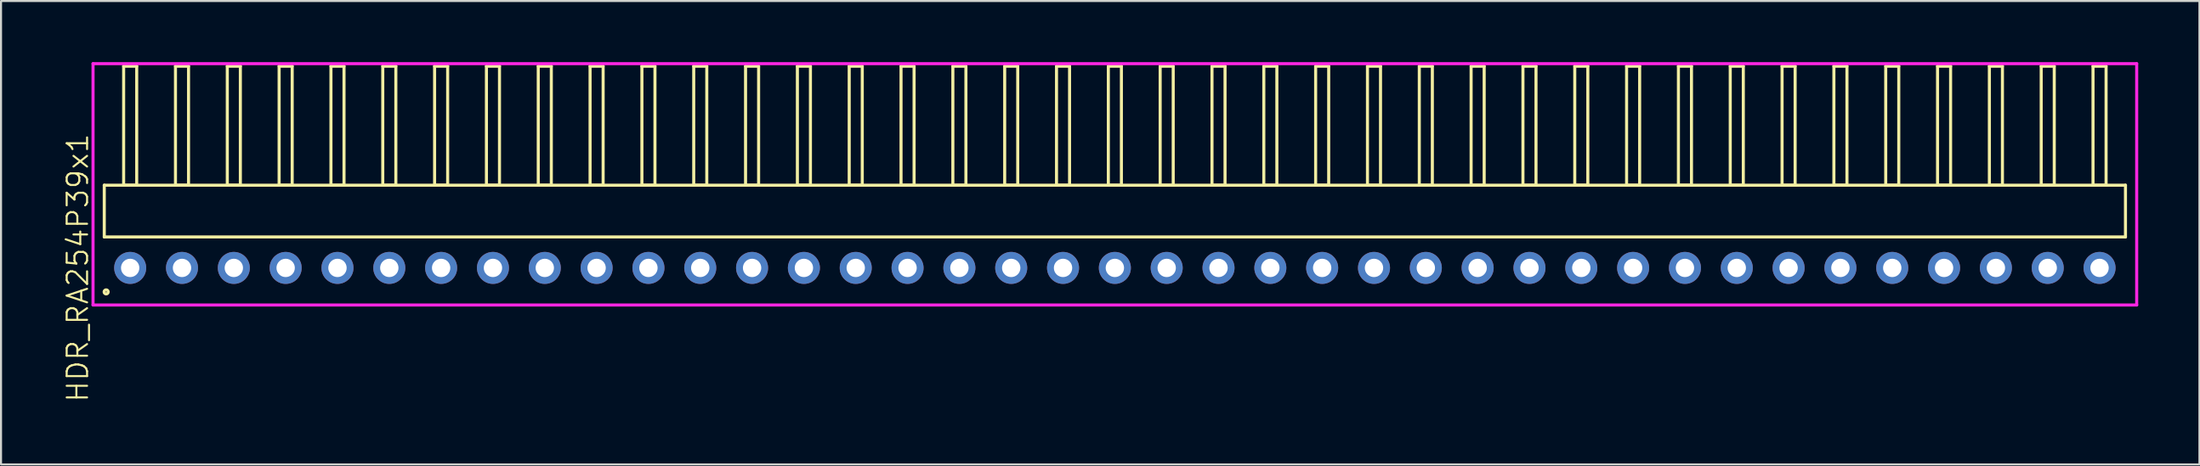
<source format=kicad_pcb>
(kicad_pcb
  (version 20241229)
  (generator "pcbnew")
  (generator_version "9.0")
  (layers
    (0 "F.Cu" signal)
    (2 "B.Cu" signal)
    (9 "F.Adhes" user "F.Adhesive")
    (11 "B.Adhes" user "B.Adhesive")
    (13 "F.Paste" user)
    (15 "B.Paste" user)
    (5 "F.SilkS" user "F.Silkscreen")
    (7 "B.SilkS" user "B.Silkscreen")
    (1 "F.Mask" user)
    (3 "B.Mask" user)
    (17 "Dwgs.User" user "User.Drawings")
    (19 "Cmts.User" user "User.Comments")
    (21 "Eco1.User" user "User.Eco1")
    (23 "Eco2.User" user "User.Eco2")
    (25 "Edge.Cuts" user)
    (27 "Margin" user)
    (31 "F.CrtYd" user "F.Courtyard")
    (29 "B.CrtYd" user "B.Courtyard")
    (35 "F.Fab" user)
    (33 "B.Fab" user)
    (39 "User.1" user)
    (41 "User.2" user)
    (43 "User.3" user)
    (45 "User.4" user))
  (footprint "HDR_RA254P39x1"
    (layer "F.Cu")
    (at 51.59 10.1)
    (property "Reference" "HDR_RA254P39x1" (at -50.83 0 90) (layer "F.SilkS") (effects (font (size 1 1) (thickness 0.1))))
    (attr through_hole)
    (fp_line (start -49.53 -4.06) (end -49.53 -1.52) (stroke (width 0.15) (type solid)) (layer "F.SilkS"))
    (fp_line (start -49.53 -1.52) (end 49.53 -1.52) (stroke (width 0.15) (type solid)) (layer "F.SilkS"))
    (fp_line (start -48.58 -9.9) (end -48.58 -4.06) (stroke (width 0.15) (type solid)) (layer "F.SilkS"))
    (fp_line (start -48.58 -4.06) (end -47.94 -4.06) (stroke (width 0.15) (type solid)) (layer "F.SilkS"))
    (fp_line (start -47.94 -9.9) (end -48.58 -9.9) (stroke (width 0.15) (type solid)) (layer "F.SilkS"))
    (fp_line (start -47.94 -4.06) (end -47.94 -9.9) (stroke (width 0.15) (type solid)) (layer "F.SilkS"))
    (fp_line (start -46.04 -9.9) (end -46.04 -4.06) (stroke (width 0.15) (type solid)) (layer "F.SilkS"))
    (fp_line (start -46.04 -4.06) (end -45.4 -4.06) (stroke (width 0.15) (type solid)) (layer "F.SilkS"))
    (fp_line (start -45.4 -9.9) (end -46.04 -9.9) (stroke (width 0.15) (type solid)) (layer "F.SilkS"))
    (fp_line (start -45.4 -4.06) (end -45.4 -9.9) (stroke (width 0.15) (type solid)) (layer "F.SilkS"))
    (fp_line (start -43.5 -9.9) (end -43.5 -4.06) (stroke (width 0.15) (type solid)) (layer "F.SilkS"))
    (fp_line (start -43.5 -4.06) (end -42.86 -4.06) (stroke (width 0.15) (type solid)) (layer "F.SilkS"))
    (fp_line (start -42.86 -9.9) (end -43.5 -9.9) (stroke (width 0.15) (type solid)) (layer "F.SilkS"))
    (fp_line (start -42.86 -4.06) (end -42.86 -9.9) (stroke (width 0.15) (type solid)) (layer "F.SilkS"))
    (fp_line (start -40.96 -9.9) (end -40.96 -4.06) (stroke (width 0.15) (type solid)) (layer "F.SilkS"))
    (fp_line (start -40.96 -4.06) (end -40.32 -4.06) (stroke (width 0.15) (type solid)) (layer "F.SilkS"))
    (fp_line (start -40.32 -9.9) (end -40.96 -9.9) (stroke (width 0.15) (type solid)) (layer "F.SilkS"))
    (fp_line (start -40.32 -4.06) (end -40.32 -9.9) (stroke (width 0.15) (type solid)) (layer "F.SilkS"))
    (fp_line (start -38.42 -9.9) (end -38.42 -4.06) (stroke (width 0.15) (type solid)) (layer "F.SilkS"))
    (fp_line (start -38.42 -4.06) (end -37.78 -4.06) (stroke (width 0.15) (type solid)) (layer "F.SilkS"))
    (fp_line (start -37.78 -9.9) (end -38.42 -9.9) (stroke (width 0.15) (type solid)) (layer "F.SilkS"))
    (fp_line (start -37.78 -4.06) (end -37.78 -9.9) (stroke (width 0.15) (type solid)) (layer "F.SilkS"))
    (fp_line (start -35.88 -9.9) (end -35.88 -4.06) (stroke (width 0.15) (type solid)) (layer "F.SilkS"))
    (fp_line (start -35.88 -4.06) (end -35.24 -4.06) (stroke (width 0.15) (type solid)) (layer "F.SilkS"))
    (fp_line (start -35.24 -9.9) (end -35.88 -9.9) (stroke (width 0.15) (type solid)) (layer "F.SilkS"))
    (fp_line (start -35.24 -4.06) (end -35.24 -9.9) (stroke (width 0.15) (type solid)) (layer "F.SilkS"))
    (fp_line (start -33.34 -9.9) (end -33.34 -4.06) (stroke (width 0.15) (type solid)) (layer "F.SilkS"))
    (fp_line (start -33.34 -4.06) (end -32.7 -4.06) (stroke (width 0.15) (type solid)) (layer "F.SilkS"))
    (fp_line (start -32.7 -9.9) (end -33.34 -9.9) (stroke (width 0.15) (type solid)) (layer "F.SilkS"))
    (fp_line (start -32.7 -4.06) (end -32.7 -9.9) (stroke (width 0.15) (type solid)) (layer "F.SilkS"))
    (fp_line (start -30.8 -9.9) (end -30.8 -4.06) (stroke (width 0.15) (type solid)) (layer "F.SilkS"))
    (fp_line (start -30.8 -4.06) (end -30.16 -4.06) (stroke (width 0.15) (type solid)) (layer "F.SilkS"))
    (fp_line (start -30.16 -9.9) (end -30.8 -9.9) (stroke (width 0.15) (type solid)) (layer "F.SilkS"))
    (fp_line (start -30.16 -4.06) (end -30.16 -9.9) (stroke (width 0.15) (type solid)) (layer "F.SilkS"))
    (fp_line (start -28.26 -9.9) (end -28.26 -4.06) (stroke (width 0.15) (type solid)) (layer "F.SilkS"))
    (fp_line (start -28.26 -4.06) (end -27.62 -4.06) (stroke (width 0.15) (type solid)) (layer "F.SilkS"))
    (fp_line (start -27.62 -9.9) (end -28.26 -9.9) (stroke (width 0.15) (type solid)) (layer "F.SilkS"))
    (fp_line (start -27.62 -4.06) (end -27.62 -9.9) (stroke (width 0.15) (type solid)) (layer "F.SilkS"))
    (fp_line (start -25.72 -9.9) (end -25.72 -4.06) (stroke (width 0.15) (type solid)) (layer "F.SilkS"))
    (fp_line (start -25.72 -4.06) (end -25.08 -4.06) (stroke (width 0.15) (type solid)) (layer "F.SilkS"))
    (fp_line (start -25.08 -9.9) (end -25.72 -9.9) (stroke (width 0.15) (type solid)) (layer "F.SilkS"))
    (fp_line (start -25.08 -4.06) (end -25.08 -9.9) (stroke (width 0.15) (type solid)) (layer "F.SilkS"))
    (fp_line (start -23.18 -9.9) (end -23.18 -4.06) (stroke (width 0.15) (type solid)) (layer "F.SilkS"))
    (fp_line (start -23.18 -4.06) (end -22.54 -4.06) (stroke (width 0.15) (type solid)) (layer "F.SilkS"))
    (fp_line (start -22.54 -9.9) (end -23.18 -9.9) (stroke (width 0.15) (type solid)) (layer "F.SilkS"))
    (fp_line (start -22.54 -4.06) (end -22.54 -9.9) (stroke (width 0.15) (type solid)) (layer "F.SilkS"))
    (fp_line (start -20.64 -9.9) (end -20.64 -4.06) (stroke (width 0.15) (type solid)) (layer "F.SilkS"))
    (fp_line (start -20.64 -4.06) (end -20 -4.06) (stroke (width 0.15) (type solid)) (layer "F.SilkS"))
    (fp_line (start -20 -9.9) (end -20.64 -9.9) (stroke (width 0.15) (type solid)) (layer "F.SilkS"))
    (fp_line (start -20 -4.06) (end -20 -9.9) (stroke (width 0.15) (type solid)) (layer "F.SilkS"))
    (fp_line (start -18.1 -9.9) (end -18.1 -4.06) (stroke (width 0.15) (type solid)) (layer "F.SilkS"))
    (fp_line (start -18.1 -4.06) (end -17.46 -4.06) (stroke (width 0.15) (type solid)) (layer "F.SilkS"))
    (fp_line (start -17.46 -9.9) (end -18.1 -9.9) (stroke (width 0.15) (type solid)) (layer "F.SilkS"))
    (fp_line (start -17.46 -4.06) (end -17.46 -9.9) (stroke (width 0.15) (type solid)) (layer "F.SilkS"))
    (fp_line (start -15.56 -9.9) (end -15.56 -4.06) (stroke (width 0.15) (type solid)) (layer "F.SilkS"))
    (fp_line (start -15.56 -4.06) (end -14.92 -4.06) (stroke (width 0.15) (type solid)) (layer "F.SilkS"))
    (fp_line (start -14.92 -9.9) (end -15.56 -9.9) (stroke (width 0.15) (type solid)) (layer "F.SilkS"))
    (fp_line (start -14.92 -4.06) (end -14.92 -9.9) (stroke (width 0.15) (type solid)) (layer "F.SilkS"))
    (fp_line (start -13.02 -9.9) (end -13.02 -4.06) (stroke (width 0.15) (type solid)) (layer "F.SilkS"))
    (fp_line (start -13.02 -4.06) (end -12.38 -4.06) (stroke (width 0.15) (type solid)) (layer "F.SilkS"))
    (fp_line (start -12.38 -9.9) (end -13.02 -9.9) (stroke (width 0.15) (type solid)) (layer "F.SilkS"))
    (fp_line (start -12.38 -4.06) (end -12.38 -9.9) (stroke (width 0.15) (type solid)) (layer "F.SilkS"))
    (fp_line (start -10.48 -9.9) (end -10.48 -4.06) (stroke (width 0.15) (type solid)) (layer "F.SilkS"))
    (fp_line (start -10.48 -4.06) (end -9.84 -4.06) (stroke (width 0.15) (type solid)) (layer "F.SilkS"))
    (fp_line (start -9.84 -9.9) (end -10.48 -9.9) (stroke (width 0.15) (type solid)) (layer "F.SilkS"))
    (fp_line (start -9.84 -4.06) (end -9.84 -9.9) (stroke (width 0.15) (type solid)) (layer "F.SilkS"))
    (fp_line (start -7.94 -9.9) (end -7.94 -4.06) (stroke (width 0.15) (type solid)) (layer "F.SilkS"))
    (fp_line (start -7.94 -4.06) (end -7.3 -4.06) (stroke (width 0.15) (type solid)) (layer "F.SilkS"))
    (fp_line (start -7.3 -9.9) (end -7.94 -9.9) (stroke (width 0.15) (type solid)) (layer "F.SilkS"))
    (fp_line (start -7.3 -4.06) (end -7.3 -9.9) (stroke (width 0.15) (type solid)) (layer "F.SilkS"))
    (fp_line (start -5.4 -9.9) (end -5.4 -4.06) (stroke (width 0.15) (type solid)) (layer "F.SilkS"))
    (fp_line (start -5.4 -4.06) (end -4.76 -4.06) (stroke (width 0.15) (type solid)) (layer "F.SilkS"))
    (fp_line (start -4.76 -9.9) (end -5.4 -9.9) (stroke (width 0.15) (type solid)) (layer "F.SilkS"))
    (fp_line (start -4.76 -4.06) (end -4.76 -9.9) (stroke (width 0.15) (type solid)) (layer "F.SilkS"))
    (fp_line (start -2.86 -9.9) (end -2.86 -4.06) (stroke (width 0.15) (type solid)) (layer "F.SilkS"))
    (fp_line (start -2.86 -4.06) (end -2.22 -4.06) (stroke (width 0.15) (type solid)) (layer "F.SilkS"))
    (fp_line (start -2.22 -9.9) (end -2.86 -9.9) (stroke (width 0.15) (type solid)) (layer "F.SilkS"))
    (fp_line (start -2.22 -4.06) (end -2.22 -9.9) (stroke (width 0.15) (type solid)) (layer "F.SilkS"))
    (fp_line (start -0.32 -9.9) (end -0.32 -4.06) (stroke (width 0.15) (type solid)) (layer "F.SilkS"))
    (fp_line (start -0.32 -4.06) (end 0.32 -4.06) (stroke (width 0.15) (type solid)) (layer "F.SilkS"))
    (fp_line (start 0.32 -9.9) (end -0.32 -9.9) (stroke (width 0.15) (type solid)) (layer "F.SilkS"))
    (fp_line (start 0.32 -4.06) (end 0.32 -9.9) (stroke (width 0.15) (type solid)) (layer "F.SilkS"))
    (fp_line (start 2.22 -9.9) (end 2.22 -4.06) (stroke (width 0.15) (type solid)) (layer "F.SilkS"))
    (fp_line (start 2.22 -4.06) (end 2.86 -4.06) (stroke (width 0.15) (type solid)) (layer "F.SilkS"))
    (fp_line (start 2.86 -9.9) (end 2.22 -9.9) (stroke (width 0.15) (type solid)) (layer "F.SilkS"))
    (fp_line (start 2.86 -4.06) (end 2.86 -9.9) (stroke (width 0.15) (type solid)) (layer "F.SilkS"))
    (fp_line (start 4.76 -9.9) (end 4.76 -4.06) (stroke (width 0.15) (type solid)) (layer "F.SilkS"))
    (fp_line (start 4.76 -4.06) (end 5.4 -4.06) (stroke (width 0.15) (type solid)) (layer "F.SilkS"))
    (fp_line (start 5.4 -9.9) (end 4.76 -9.9) (stroke (width 0.15) (type solid)) (layer "F.SilkS"))
    (fp_line (start 5.4 -4.06) (end 5.4 -9.9) (stroke (width 0.15) (type solid)) (layer "F.SilkS"))
    (fp_line (start 7.3 -9.9) (end 7.3 -4.06) (stroke (width 0.15) (type solid)) (layer "F.SilkS"))
    (fp_line (start 7.3 -4.06) (end 7.94 -4.06) (stroke (width 0.15) (type solid)) (layer "F.SilkS"))
    (fp_line (start 7.94 -9.9) (end 7.3 -9.9) (stroke (width 0.15) (type solid)) (layer "F.SilkS"))
    (fp_line (start 7.94 -4.06) (end 7.94 -9.9) (stroke (width 0.15) (type solid)) (layer "F.SilkS"))
    (fp_line (start 9.84 -9.9) (end 9.84 -4.06) (stroke (width 0.15) (type solid)) (layer "F.SilkS"))
    (fp_line (start 9.84 -4.06) (end 10.48 -4.06) (stroke (width 0.15) (type solid)) (layer "F.SilkS"))
    (fp_line (start 10.48 -9.9) (end 9.84 -9.9) (stroke (width 0.15) (type solid)) (layer "F.SilkS"))
    (fp_line (start 10.48 -4.06) (end 10.48 -9.9) (stroke (width 0.15) (type solid)) (layer "F.SilkS"))
    (fp_line (start 12.38 -9.9) (end 12.38 -4.06) (stroke (width 0.15) (type solid)) (layer "F.SilkS"))
    (fp_line (start 12.38 -4.06) (end 13.02 -4.06) (stroke (width 0.15) (type solid)) (layer "F.SilkS"))
    (fp_line (start 13.02 -9.9) (end 12.38 -9.9) (stroke (width 0.15) (type solid)) (layer "F.SilkS"))
    (fp_line (start 13.02 -4.06) (end 13.02 -9.9) (stroke (width 0.15) (type solid)) (layer "F.SilkS"))
    (fp_line (start 14.92 -9.9) (end 14.92 -4.06) (stroke (width 0.15) (type solid)) (layer "F.SilkS"))
    (fp_line (start 14.92 -4.06) (end 15.56 -4.06) (stroke (width 0.15) (type solid)) (layer "F.SilkS"))
    (fp_line (start 15.56 -9.9) (end 14.92 -9.9) (stroke (width 0.15) (type solid)) (layer "F.SilkS"))
    (fp_line (start 15.56 -4.06) (end 15.56 -9.9) (stroke (width 0.15) (type solid)) (layer "F.SilkS"))
    (fp_line (start 17.46 -9.9) (end 17.46 -4.06) (stroke (width 0.15) (type solid)) (layer "F.SilkS"))
    (fp_line (start 17.46 -4.06) (end 18.1 -4.06) (stroke (width 0.15) (type solid)) (layer "F.SilkS"))
    (fp_line (start 18.1 -9.9) (end 17.46 -9.9) (stroke (width 0.15) (type solid)) (layer "F.SilkS"))
    (fp_line (start 18.1 -4.06) (end 18.1 -9.9) (stroke (width 0.15) (type solid)) (layer "F.SilkS"))
    (fp_line (start 20 -9.9) (end 20 -4.06) (stroke (width 0.15) (type solid)) (layer "F.SilkS"))
    (fp_line (start 20 -4.06) (end 20.64 -4.06) (stroke (width 0.15) (type solid)) (layer "F.SilkS"))
    (fp_line (start 20.64 -9.9) (end 20 -9.9) (stroke (width 0.15) (type solid)) (layer "F.SilkS"))
    (fp_line (start 20.64 -4.06) (end 20.64 -9.9) (stroke (width 0.15) (type solid)) (layer "F.SilkS"))
    (fp_line (start 22.54 -9.9) (end 22.54 -4.06) (stroke (width 0.15) (type solid)) (layer "F.SilkS"))
    (fp_line (start 22.54 -4.06) (end 23.18 -4.06) (stroke (width 0.15) (type solid)) (layer "F.SilkS"))
    (fp_line (start 23.18 -9.9) (end 22.54 -9.9) (stroke (width 0.15) (type solid)) (layer "F.SilkS"))
    (fp_line (start 23.18 -4.06) (end 23.18 -9.9) (stroke (width 0.15) (type solid)) (layer "F.SilkS"))
    (fp_line (start 25.08 -9.9) (end 25.08 -4.06) (stroke (width 0.15) (type solid)) (layer "F.SilkS"))
    (fp_line (start 25.08 -4.06) (end 25.72 -4.06) (stroke (width 0.15) (type solid)) (layer "F.SilkS"))
    (fp_line (start 25.72 -9.9) (end 25.08 -9.9) (stroke (width 0.15) (type solid)) (layer "F.SilkS"))
    (fp_line (start 25.72 -4.06) (end 25.72 -9.9) (stroke (width 0.15) (type solid)) (layer "F.SilkS"))
    (fp_line (start 27.62 -9.9) (end 27.62 -4.06) (stroke (width 0.15) (type solid)) (layer "F.SilkS"))
    (fp_line (start 27.62 -4.06) (end 28.26 -4.06) (stroke (width 0.15) (type solid)) (layer "F.SilkS"))
    (fp_line (start 28.26 -9.9) (end 27.62 -9.9) (stroke (width 0.15) (type solid)) (layer "F.SilkS"))
    (fp_line (start 28.26 -4.06) (end 28.26 -9.9) (stroke (width 0.15) (type solid)) (layer "F.SilkS"))
    (fp_line (start 30.16 -9.9) (end 30.16 -4.06) (stroke (width 0.15) (type solid)) (layer "F.SilkS"))
    (fp_line (start 30.16 -4.06) (end 30.8 -4.06) (stroke (width 0.15) (type solid)) (layer "F.SilkS"))
    (fp_line (start 30.8 -9.9) (end 30.16 -9.9) (stroke (width 0.15) (type solid)) (layer "F.SilkS"))
    (fp_line (start 30.8 -4.06) (end 30.8 -9.9) (stroke (width 0.15) (type solid)) (layer "F.SilkS"))
    (fp_line (start 32.7 -9.9) (end 32.7 -4.06) (stroke (width 0.15) (type solid)) (layer "F.SilkS"))
    (fp_line (start 32.7 -4.06) (end 33.34 -4.06) (stroke (width 0.15) (type solid)) (layer "F.SilkS"))
    (fp_line (start 33.34 -9.9) (end 32.7 -9.9) (stroke (width 0.15) (type solid)) (layer "F.SilkS"))
    (fp_line (start 33.34 -4.06) (end 33.34 -9.9) (stroke (width 0.15) (type solid)) (layer "F.SilkS"))
    (fp_line (start 35.24 -9.9) (end 35.24 -4.06) (stroke (width 0.15) (type solid)) (layer "F.SilkS"))
    (fp_line (start 35.24 -4.06) (end 35.88 -4.06) (stroke (width 0.15) (type solid)) (layer "F.SilkS"))
    (fp_line (start 35.88 -9.9) (end 35.24 -9.9) (stroke (width 0.15) (type solid)) (layer "F.SilkS"))
    (fp_line (start 35.88 -4.06) (end 35.88 -9.9) (stroke (width 0.15) (type solid)) (layer "F.SilkS"))
    (fp_line (start 37.78 -9.9) (end 37.78 -4.06) (stroke (width 0.15) (type solid)) (layer "F.SilkS"))
    (fp_line (start 37.78 -4.06) (end 38.42 -4.06) (stroke (width 0.15) (type solid)) (layer "F.SilkS"))
    (fp_line (start 38.42 -9.9) (end 37.78 -9.9) (stroke (width 0.15) (type solid)) (layer "F.SilkS"))
    (fp_line (start 38.42 -4.06) (end 38.42 -9.9) (stroke (width 0.15) (type solid)) (layer "F.SilkS"))
    (fp_line (start 40.32 -9.9) (end 40.32 -4.06) (stroke (width 0.15) (type solid)) (layer "F.SilkS"))
    (fp_line (start 40.32 -4.06) (end 40.96 -4.06) (stroke (width 0.15) (type solid)) (layer "F.SilkS"))
    (fp_line (start 40.96 -9.9) (end 40.32 -9.9) (stroke (width 0.15) (type solid)) (layer "F.SilkS"))
    (fp_line (start 40.96 -4.06) (end 40.96 -9.9) (stroke (width 0.15) (type solid)) (layer "F.SilkS"))
    (fp_line (start 42.86 -9.9) (end 42.86 -4.06) (stroke (width 0.15) (type solid)) (layer "F.SilkS"))
    (fp_line (start 42.86 -4.06) (end 43.5 -4.06) (stroke (width 0.15) (type solid)) (layer "F.SilkS"))
    (fp_line (start 43.5 -9.9) (end 42.86 -9.9) (stroke (width 0.15) (type solid)) (layer "F.SilkS"))
    (fp_line (start 43.5 -4.06) (end 43.5 -9.9) (stroke (width 0.15) (type solid)) (layer "F.SilkS"))
    (fp_line (start 45.4 -9.9) (end 45.4 -4.06) (stroke (width 0.15) (type solid)) (layer "F.SilkS"))
    (fp_line (start 45.4 -4.06) (end 46.04 -4.06) (stroke (width 0.15) (type solid)) (layer "F.SilkS"))
    (fp_line (start 46.04 -9.9) (end 45.4 -9.9) (stroke (width 0.15) (type solid)) (layer "F.SilkS"))
    (fp_line (start 46.04 -4.06) (end 46.04 -9.9) (stroke (width 0.15) (type solid)) (layer "F.SilkS"))
    (fp_line (start 47.94 -9.9) (end 47.94 -4.06) (stroke (width 0.15) (type solid)) (layer "F.SilkS"))
    (fp_line (start 47.94 -4.06) (end 48.58 -4.06) (stroke (width 0.15) (type solid)) (layer "F.SilkS"))
    (fp_line (start 48.58 -9.9) (end 47.94 -9.9) (stroke (width 0.15) (type solid)) (layer "F.SilkS"))
    (fp_line (start 48.58 -4.06) (end 48.58 -9.9) (stroke (width 0.15) (type solid)) (layer "F.SilkS"))
    (fp_line (start 49.53 -4.06) (end -49.53 -4.06) (stroke (width 0.15) (type solid)) (layer "F.SilkS"))
    (fp_line (start 49.53 -1.52) (end 49.53 -4.06) (stroke (width 0.15) (type solid)) (layer "F.SilkS"))
    (fp_circle (center -49.437 1.177) (end -49.337 1.177) (stroke (width 0.15) (type solid)) (fill no) (layer "F.SilkS"))
    (fp_line (start -50.08 -10.025) (end -50.08 1.82) (stroke (width 0.15) (type solid)) (layer "F.CrtYd"))
    (fp_line (start -50.08 1.82) (end 50.08 1.82) (stroke (width 0.15) (type solid)) (layer "F.CrtYd"))
    (fp_line (start 50.08 -10.025) (end -50.08 -10.025) (stroke (width 0.15) (type solid)) (layer "F.CrtYd"))
    (fp_line (start 50.08 1.82) (end 50.08 -10.025) (stroke (width 0.15) (type solid)) (layer "F.CrtYd"))
    (pad "1" thru_hole oval (at -48.26 0) (size 1.57 1.57) (drill 0.9) (layers "*.Cu" "*.Mask"))
    (pad "2" thru_hole oval (at -45.72 0) (size 1.57 1.57) (drill 0.9) (layers "*.Cu" "*.Mask"))
    (pad "3" thru_hole oval (at -43.18 0) (size 1.57 1.57) (drill 0.9) (layers "*.Cu" "*.Mask"))
    (pad "4" thru_hole oval (at -40.64 0) (size 1.57 1.57) (drill 0.9) (layers "*.Cu" "*.Mask"))
    (pad "5" thru_hole oval (at -38.1 0) (size 1.57 1.57) (drill 0.9) (layers "*.Cu" "*.Mask"))
    (pad "6" thru_hole oval (at -35.56 0) (size 1.57 1.57) (drill 0.9) (layers "*.Cu" "*.Mask"))
    (pad "7" thru_hole oval (at -33.02 0) (size 1.57 1.57) (drill 0.9) (layers "*.Cu" "*.Mask"))
    (pad "8" thru_hole oval (at -30.48 0) (size 1.57 1.57) (drill 0.9) (layers "*.Cu" "*.Mask"))
    (pad "9" thru_hole oval (at -27.94 0) (size 1.57 1.57) (drill 0.9) (layers "*.Cu" "*.Mask"))
    (pad "10" thru_hole oval (at -25.4 0) (size 1.57 1.57) (drill 0.9) (layers "*.Cu" "*.Mask"))
    (pad "11" thru_hole oval (at -22.86 0) (size 1.57 1.57) (drill 0.9) (layers "*.Cu" "*.Mask"))
    (pad "12" thru_hole oval (at -20.32 0) (size 1.57 1.57) (drill 0.9) (layers "*.Cu" "*.Mask"))
    (pad "13" thru_hole oval (at -17.78 0) (size 1.57 1.57) (drill 0.9) (layers "*.Cu" "*.Mask"))
    (pad "14" thru_hole oval (at -15.24 0) (size 1.57 1.57) (drill 0.9) (layers "*.Cu" "*.Mask"))
    (pad "15" thru_hole oval (at -12.7 0) (size 1.57 1.57) (drill 0.9) (layers "*.Cu" "*.Mask"))
    (pad "16" thru_hole oval (at -10.16 0) (size 1.57 1.57) (drill 0.9) (layers "*.Cu" "*.Mask"))
    (pad "17" thru_hole oval (at -7.62 0) (size 1.57 1.57) (drill 0.9) (layers "*.Cu" "*.Mask"))
    (pad "18" thru_hole oval (at -5.08 0) (size 1.57 1.57) (drill 0.9) (layers "*.Cu" "*.Mask"))
    (pad "19" thru_hole oval (at -2.54 0) (size 1.57 1.57) (drill 0.9) (layers "*.Cu" "*.Mask"))
    (pad "20" thru_hole oval (at 0 0) (size 1.57 1.57) (drill 0.9) (layers "*.Cu" "*.Mask"))
    (pad "21" thru_hole oval (at 2.54 0) (size 1.57 1.57) (drill 0.9) (layers "*.Cu" "*.Mask"))
    (pad "22" thru_hole oval (at 5.08 0) (size 1.57 1.57) (drill 0.9) (layers "*.Cu" "*.Mask"))
    (pad "23" thru_hole oval (at 7.62 0) (size 1.57 1.57) (drill 0.9) (layers "*.Cu" "*.Mask"))
    (pad "24" thru_hole oval (at 10.16 0) (size 1.57 1.57) (drill 0.9) (layers "*.Cu" "*.Mask"))
    (pad "25" thru_hole oval (at 12.7 0) (size 1.57 1.57) (drill 0.9) (layers "*.Cu" "*.Mask"))
    (pad "26" thru_hole oval (at 15.24 0) (size 1.57 1.57) (drill 0.9) (layers "*.Cu" "*.Mask"))
    (pad "27" thru_hole oval (at 17.78 0) (size 1.57 1.57) (drill 0.9) (layers "*.Cu" "*.Mask"))
    (pad "28" thru_hole oval (at 20.32 0) (size 1.57 1.57) (drill 0.9) (layers "*.Cu" "*.Mask"))
    (pad "29" thru_hole oval (at 22.86 0) (size 1.57 1.57) (drill 0.9) (layers "*.Cu" "*.Mask"))
    (pad "30" thru_hole oval (at 25.4 0) (size 1.57 1.57) (drill 0.9) (layers "*.Cu" "*.Mask"))
    (pad "31" thru_hole oval (at 27.94 0) (size 1.57 1.57) (drill 0.9) (layers "*.Cu" "*.Mask"))
    (pad "32" thru_hole oval (at 30.48 0) (size 1.57 1.57) (drill 0.9) (layers "*.Cu" "*.Mask"))
    (pad "33" thru_hole oval (at 33.02 0) (size 1.57 1.57) (drill 0.9) (layers "*.Cu" "*.Mask"))
    (pad "34" thru_hole oval (at 35.56 0) (size 1.57 1.57) (drill 0.9) (layers "*.Cu" "*.Mask"))
    (pad "35" thru_hole oval (at 38.1 0) (size 1.57 1.57) (drill 0.9) (layers "*.Cu" "*.Mask"))
    (pad "36" thru_hole oval (at 40.64 0) (size 1.57 1.57) (drill 0.9) (layers "*.Cu" "*.Mask"))
    (pad "37" thru_hole oval (at 43.18 0) (size 1.57 1.57) (drill 0.9) (layers "*.Cu" "*.Mask"))
    (pad "38" thru_hole oval (at 45.72 0) (size 1.57 1.57) (drill 0.9) (layers "*.Cu" "*.Mask"))
    (pad "39" thru_hole oval (at 48.26 0) (size 1.57 1.57) (drill 0.9) (layers "*.Cu" "*.Mask")))
  (gr_rect
    (start -3 -3)
    (end 104.746 19.745)
    (stroke (width 0.1) (type default))
    (fill no)
    (layer "Edge.Cuts")))
</source>
